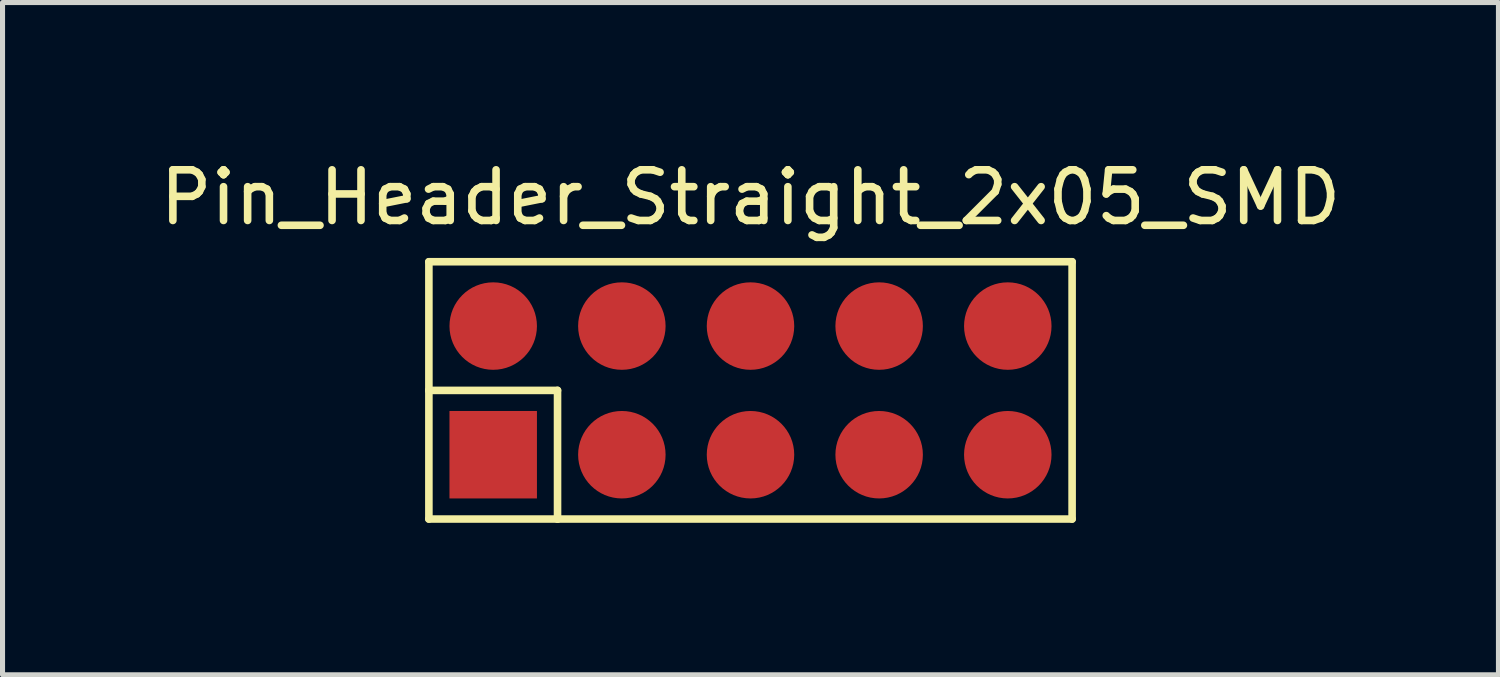
<source format=kicad_pcb>
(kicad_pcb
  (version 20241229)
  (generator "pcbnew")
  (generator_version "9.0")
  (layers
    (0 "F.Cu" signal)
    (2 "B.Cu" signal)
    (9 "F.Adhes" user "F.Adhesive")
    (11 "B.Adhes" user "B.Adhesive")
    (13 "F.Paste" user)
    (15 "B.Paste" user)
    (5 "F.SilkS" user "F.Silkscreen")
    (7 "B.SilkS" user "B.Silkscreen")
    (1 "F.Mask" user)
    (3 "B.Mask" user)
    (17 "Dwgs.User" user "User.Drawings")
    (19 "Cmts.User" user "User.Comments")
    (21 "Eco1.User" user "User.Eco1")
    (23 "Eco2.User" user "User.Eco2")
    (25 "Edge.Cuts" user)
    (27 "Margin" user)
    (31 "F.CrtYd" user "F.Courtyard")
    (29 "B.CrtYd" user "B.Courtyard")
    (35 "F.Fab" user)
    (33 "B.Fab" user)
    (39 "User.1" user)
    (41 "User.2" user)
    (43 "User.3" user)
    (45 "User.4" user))
  (footprint "Pin_Header_Straight_2x05_SMD"
    (layer "F.Cu")
    (at 11.768 4.658)
    (property "Reference" "Pin_Header_Straight_2x05_SMD" (at 0 -3.81 0) (layer "F.SilkS") (effects (font (size 1 1) (thickness 0.15))))
    (attr through_hole)
    (fp_line (start -6.35 -2.54) (end -6.35 0) (stroke (width 0.15) (type solid)) (layer "F.SilkS"))
    (fp_line (start -6.35 -2.54) (end 6.35 -2.54) (stroke (width 0.15) (type solid)) (layer "F.SilkS"))
    (fp_line (start -6.35 0) (end -3.81 0) (stroke (width 0.15) (type solid)) (layer "F.SilkS"))
    (fp_line (start -6.35 2.54) (end -6.35 0) (stroke (width 0.15) (type solid)) (layer "F.SilkS"))
    (fp_line (start -6.35 2.54) (end -3.81 2.54) (stroke (width 0.15) (type solid)) (layer "F.SilkS"))
    (fp_line (start -3.81 0) (end -3.81 2.54) (stroke (width 0.15) (type solid)) (layer "F.SilkS"))
    (fp_line (start 6.35 -2.54) (end 6.35 2.54) (stroke (width 0.15) (type solid)) (layer "F.SilkS"))
    (fp_line (start 6.35 2.54) (end -3.81 2.54) (stroke (width 0.15) (type solid)) (layer "F.SilkS"))
    (pad "1" smd rect (at -5.08 1.27) (size 1.727 1.727) (layers "F.Cu" "F.Mask" "F.Paste"))
    (pad "2" smd oval (at -5.08 -1.27) (size 1.727 1.727) (layers "F.Cu" "F.Mask" "F.Paste"))
    (pad "3" smd oval (at -2.54 1.27) (size 1.727 1.727) (layers "F.Cu" "F.Mask" "F.Paste"))
    (pad "4" smd oval (at -2.54 -1.27) (size 1.727 1.727) (layers "F.Cu" "F.Mask" "F.Paste"))
    (pad "5" smd oval (at 0 1.27) (size 1.727 1.727) (layers "F.Cu" "F.Mask" "F.Paste"))
    (pad "6" smd oval (at 0 -1.27) (size 1.727 1.727) (layers "F.Cu" "F.Mask" "F.Paste"))
    (pad "7" smd oval (at 2.54 1.27) (size 1.727 1.727) (layers "F.Cu" "F.Mask" "F.Paste"))
    (pad "8" smd oval (at 2.54 -1.27) (size 1.727 1.727) (layers "F.Cu" "F.Mask" "F.Paste"))
    (pad "9" smd oval (at 5.08 1.27) (size 1.727 1.727) (layers "F.Cu" "F.Mask" "F.Paste"))
    (pad "10" smd oval (at 5.08 -1.27) (size 1.727 1.727) (layers "F.Cu" "F.Mask" "F.Paste")))
  (gr_rect
    (start -3 -3)
    (end 26.536 10.273)
    (stroke (width 0.1) (type default))
    (fill no)
    (layer "Edge.Cuts")))
</source>
